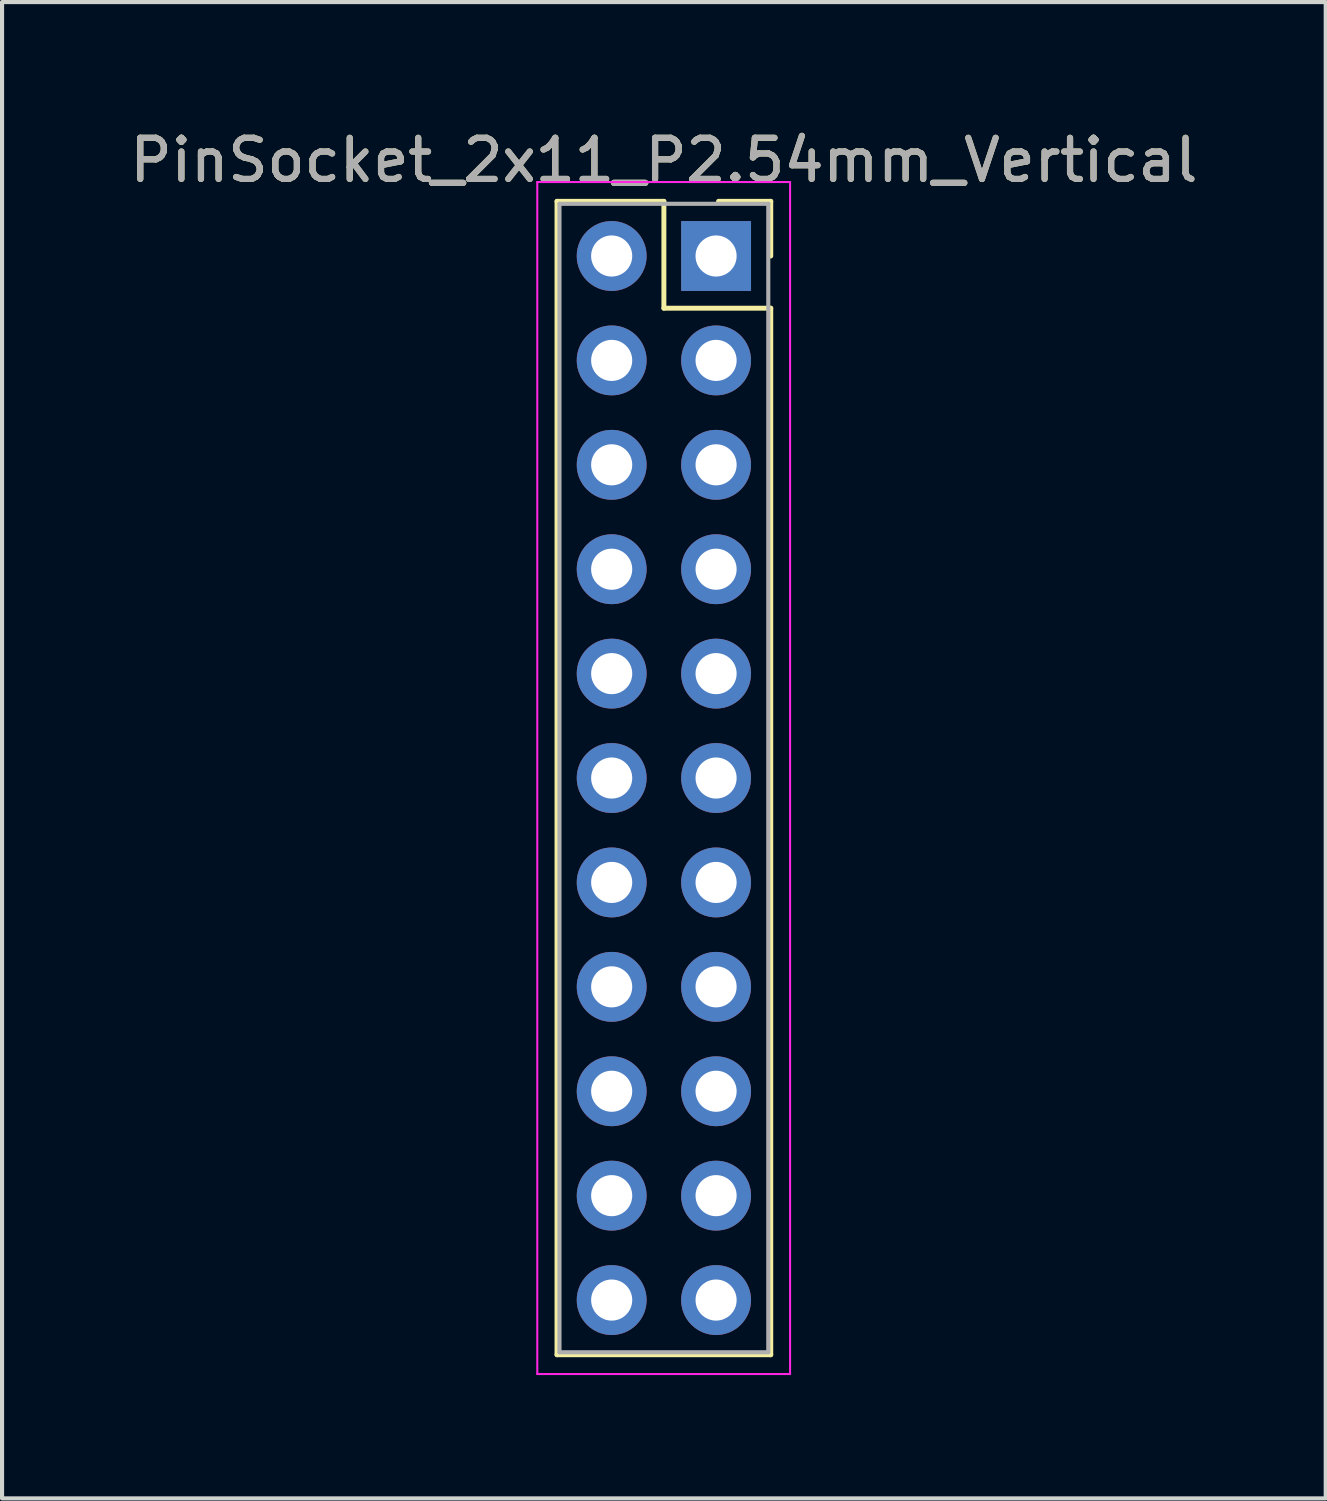
<source format=kicad_pcb>
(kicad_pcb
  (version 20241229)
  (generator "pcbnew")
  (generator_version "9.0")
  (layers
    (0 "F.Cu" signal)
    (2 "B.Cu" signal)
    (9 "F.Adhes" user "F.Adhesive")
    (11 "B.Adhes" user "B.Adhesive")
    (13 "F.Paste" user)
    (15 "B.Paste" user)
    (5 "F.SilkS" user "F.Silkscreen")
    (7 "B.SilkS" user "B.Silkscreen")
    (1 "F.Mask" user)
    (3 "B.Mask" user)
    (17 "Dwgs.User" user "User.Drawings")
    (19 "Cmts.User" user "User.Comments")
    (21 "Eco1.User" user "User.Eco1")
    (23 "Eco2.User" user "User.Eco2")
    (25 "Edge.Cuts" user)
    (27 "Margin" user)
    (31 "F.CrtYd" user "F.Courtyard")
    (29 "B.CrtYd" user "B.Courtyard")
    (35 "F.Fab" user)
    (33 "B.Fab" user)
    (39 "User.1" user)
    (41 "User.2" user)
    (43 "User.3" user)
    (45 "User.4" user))
  (footprint "PinSocket_2x11_P2.54mm_Vertical"
    (layer "F.Cu")
    (at 14.371 3.178)
    (property "Reference" "PinSocket_2x11_P2.54mm_Vertical" (at -1.27 -2.33 0) (layer "F.SilkS") (effects (font (size 1 1) (thickness 0.15))))
    (attr through_hole)
    (fp_line (start -3.87 -1.33) (end -1.27 -1.33) (stroke (width 0.12) (type solid)) (layer "F.SilkS"))
    (fp_line (start -3.87 26.73) (end -3.87 -1.33) (stroke (width 0.12) (type solid)) (layer "F.SilkS"))
    (fp_line (start -1.27 -1.33) (end -1.27 1.27) (stroke (width 0.12) (type solid)) (layer "F.SilkS"))
    (fp_line (start -1.27 1.27) (end 1.33 1.27) (stroke (width 0.12) (type solid)) (layer "F.SilkS"))
    (fp_line (start 1.33 -1.33) (end 0.06 -1.33) (stroke (width 0.12) (type solid)) (layer "F.SilkS"))
    (fp_line (start 1.33 0) (end 1.33 -1.33) (stroke (width 0.12) (type solid)) (layer "F.SilkS"))
    (fp_line (start 1.33 1.27) (end 1.33 26.73) (stroke (width 0.12) (type solid)) (layer "F.SilkS"))
    (fp_line (start 1.33 26.73) (end -3.87 26.73) (stroke (width 0.12) (type solid)) (layer "F.SilkS"))
    (fp_line (start -4.35 -1.8) (end -4.35 27.2) (stroke (width 0.05) (type solid)) (layer "F.CrtYd"))
    (fp_line (start -4.35 27.2) (end 1.8 27.2) (stroke (width 0.05) (type solid)) (layer "F.CrtYd"))
    (fp_line (start 1.8 -1.8) (end -4.35 -1.8) (stroke (width 0.05) (type solid)) (layer "F.CrtYd"))
    (fp_line (start 1.8 27.2) (end 1.8 -1.8) (stroke (width 0.05) (type solid)) (layer "F.CrtYd"))
    (fp_line (start -3.81 -1.27) (end -3.81 26.67) (stroke (width 0.1) (type solid)) (layer "F.Fab"))
    (fp_line (start -3.81 26.67) (end 1.27 26.67) (stroke (width 0.1) (type solid)) (layer "F.Fab"))
    (fp_line (start 1.27 -1.27) (end -3.81 -1.27) (stroke (width 0.1) (type solid)) (layer "F.Fab"))
    (fp_line (start 1.27 26.67) (end 1.27 -1.27) (stroke (width 0.1) (type solid)) (layer "F.Fab"))
    (fp_text user "${REFERENCE}" (at -1.27 -2.33 0) (layer "F.Fab") (effects (font (size 1 1) (thickness 0.15))))
    (pad "1" thru_hole rect (at 0 0) (size 1.7 1.7) (drill 1) (layers "*.Cu" "*.Mask"))
    (pad "2" thru_hole oval (at -2.54 0) (size 1.7 1.7) (drill 1) (layers "*.Cu" "*.Mask"))
    (pad "3" thru_hole oval (at 0 2.54) (size 1.7 1.7) (drill 1) (layers "*.Cu" "*.Mask"))
    (pad "4" thru_hole oval (at -2.54 2.54) (size 1.7 1.7) (drill 1) (layers "*.Cu" "*.Mask"))
    (pad "5" thru_hole oval (at 0 5.08) (size 1.7 1.7) (drill 1) (layers "*.Cu" "*.Mask"))
    (pad "6" thru_hole oval (at -2.54 5.08) (size 1.7 1.7) (drill 1) (layers "*.Cu" "*.Mask"))
    (pad "7" thru_hole oval (at 0 7.62) (size 1.7 1.7) (drill 1) (layers "*.Cu" "*.Mask"))
    (pad "8" thru_hole oval (at -2.54 7.62) (size 1.7 1.7) (drill 1) (layers "*.Cu" "*.Mask"))
    (pad "9" thru_hole oval (at 0 10.16) (size 1.7 1.7) (drill 1) (layers "*.Cu" "*.Mask"))
    (pad "10" thru_hole oval (at -2.54 10.16) (size 1.7 1.7) (drill 1) (layers "*.Cu" "*.Mask"))
    (pad "11" thru_hole oval (at 0 12.7) (size 1.7 1.7) (drill 1) (layers "*.Cu" "*.Mask"))
    (pad "12" thru_hole oval (at -2.54 12.7) (size 1.7 1.7) (drill 1) (layers "*.Cu" "*.Mask"))
    (pad "13" thru_hole oval (at 0 15.24) (size 1.7 1.7) (drill 1) (layers "*.Cu" "*.Mask"))
    (pad "14" thru_hole oval (at -2.54 15.24) (size 1.7 1.7) (drill 1) (layers "*.Cu" "*.Mask"))
    (pad "15" thru_hole oval (at 0 17.78) (size 1.7 1.7) (drill 1) (layers "*.Cu" "*.Mask"))
    (pad "16" thru_hole oval (at -2.54 17.78) (size 1.7 1.7) (drill 1) (layers "*.Cu" "*.Mask"))
    (pad "17" thru_hole oval (at 0 20.32) (size 1.7 1.7) (drill 1) (layers "*.Cu" "*.Mask"))
    (pad "18" thru_hole oval (at -2.54 20.32) (size 1.7 1.7) (drill 1) (layers "*.Cu" "*.Mask"))
    (pad "19" thru_hole oval (at 0 22.86) (size 1.7 1.7) (drill 1) (layers "*.Cu" "*.Mask"))
    (pad "20" thru_hole oval (at -2.54 22.86) (size 1.7 1.7) (drill 1) (layers "*.Cu" "*.Mask"))
    (pad "21" thru_hole oval (at 0 25.4) (size 1.7 1.7) (drill 1) (layers "*.Cu" "*.Mask"))
    (pad "22" thru_hole oval (at -2.54 25.4) (size 1.7 1.7) (drill 1) (layers "*.Cu" "*.Mask")))
  (gr_rect
    (start -3 -3)
    (end 29.202 33.403)
    (stroke (width 0.1) (type default))
    (fill no)
    (layer "Edge.Cuts")))
</source>
